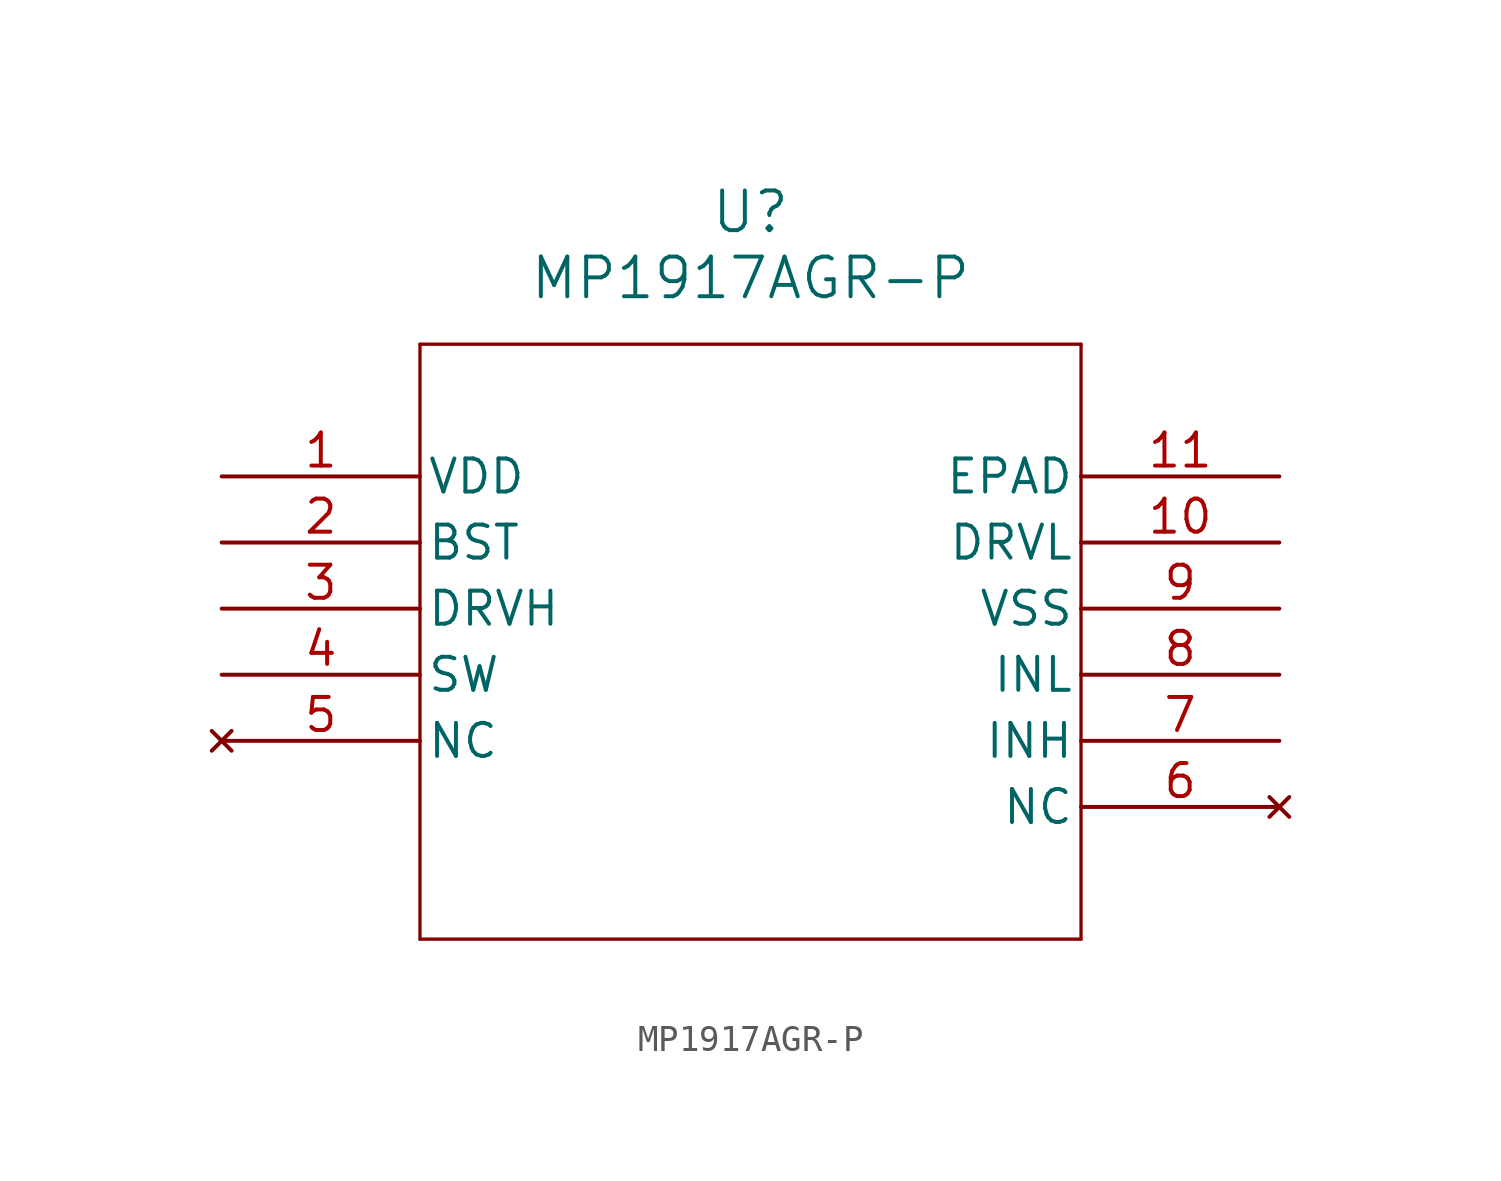
<source format=kicad_sym>
(kicad_symbol_lib
  (version 20211014)
  (generator kicad_symbol_editor)
  (symbol "MP1917AGR-P"
    (pin_names
      (offset 0.254))
    (property "Reference" "U"
      (at 20.32 10.16 0)
      (effects (font (size 1.524 1.524))))
    (property "Value" "MP1917AGR-P"
      (at 20.32 7.62 0)
      (effects (font (size 1.524 1.524))))
    (polyline
      (pts (xy 7.62 5.08) (xy 7.62 -17.78))
      (stroke (width 0.127) (type default) (color 0 0 0 0))
      (fill (type none)))
    (polyline
      (pts (xy 7.62 -17.78) (xy 33.02 -17.78))
      (stroke (width 0.127) (type default) (color 0 0 0 0))
      (fill (type none)))
    (polyline
      (pts (xy 33.02 -17.78) (xy 33.02 5.08))
      (stroke (width 0.127) (type default) (color 0 0 0 0))
      (fill (type none)))
    (polyline
      (pts (xy 33.02 5.08) (xy 7.62 5.08))
      (stroke (width 0.127) (type default) (color 0 0 0 0))
      (fill (type none)))
    (pin power_in line
      (at 0 0 0)
      (length 7.62)
      (name "VDD" (effects (font (size 1.27 1.27))))
      (number "1" (effects (font (size 1.27 1.27)))))
    (pin power_in line
      (at 0 -2.54 0)
      (length 7.62)
      (name "BST" (effects (font (size 1.27 1.27))))
      (number "2" (effects (font (size 1.27 1.27)))))
    (pin output line
      (at 0 -5.08 0)
      (length 7.62)
      (name "DRVH" (effects (font (size 1.27 1.27))))
      (number "3" (effects (font (size 1.27 1.27)))))
    (pin unspecified line
      (at 0 -7.62 0)
      (length 7.62)
      (name "SW" (effects (font (size 1.27 1.27))))
      (number "4" (effects (font (size 1.27 1.27)))))
    (pin no_connect line
      (at 0 -10.16 0)
      (length 7.62)
      (name "NC" (effects (font (size 1.27 1.27))))
      (number "5" (effects (font (size 1.27 1.27)))))
    (pin no_connect line
      (at 40.64 -12.7 180)
      (length 7.62)
      (name "NC" (effects (font (size 1.27 1.27))))
      (number "6" (effects (font (size 1.27 1.27)))))
    (pin input line
      (at 40.64 -10.16 180)
      (length 7.62)
      (name "INH" (effects (font (size 1.27 1.27))))
      (number "7" (effects (font (size 1.27 1.27)))))
    (pin input line
      (at 40.64 -7.62 180)
      (length 7.62)
      (name "INL" (effects (font (size 1.27 1.27))))
      (number "8" (effects (font (size 1.27 1.27)))))
    (pin power_out line
      (at 40.64 -5.08 180)
      (length 7.62)
      (name "VSS" (effects (font (size 1.27 1.27))))
      (number "9" (effects (font (size 1.27 1.27)))))
    (pin output line
      (at 40.64 -2.54 180)
      (length 7.62)
      (name "DRVL" (effects (font (size 1.27 1.27))))
      (number "10" (effects (font (size 1.27 1.27)))))
    (pin power_out line
      (at 40.64 0 180)
      (length 7.62)
      (name "EPAD" (effects (font (size 1.27 1.27))))
      (number "11" (effects (font (size 1.27 1.27)))))))
</source>
